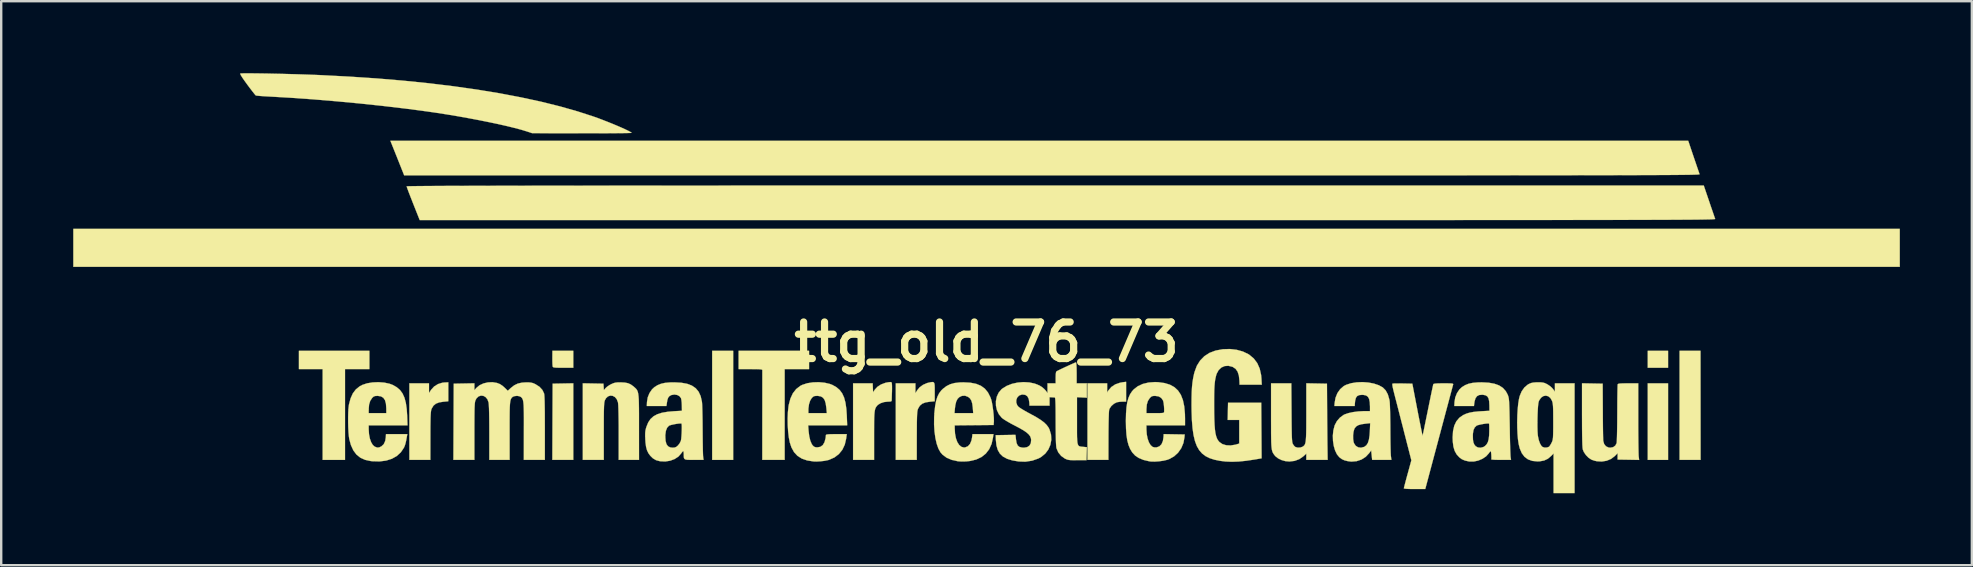
<source format=kicad_pcb>
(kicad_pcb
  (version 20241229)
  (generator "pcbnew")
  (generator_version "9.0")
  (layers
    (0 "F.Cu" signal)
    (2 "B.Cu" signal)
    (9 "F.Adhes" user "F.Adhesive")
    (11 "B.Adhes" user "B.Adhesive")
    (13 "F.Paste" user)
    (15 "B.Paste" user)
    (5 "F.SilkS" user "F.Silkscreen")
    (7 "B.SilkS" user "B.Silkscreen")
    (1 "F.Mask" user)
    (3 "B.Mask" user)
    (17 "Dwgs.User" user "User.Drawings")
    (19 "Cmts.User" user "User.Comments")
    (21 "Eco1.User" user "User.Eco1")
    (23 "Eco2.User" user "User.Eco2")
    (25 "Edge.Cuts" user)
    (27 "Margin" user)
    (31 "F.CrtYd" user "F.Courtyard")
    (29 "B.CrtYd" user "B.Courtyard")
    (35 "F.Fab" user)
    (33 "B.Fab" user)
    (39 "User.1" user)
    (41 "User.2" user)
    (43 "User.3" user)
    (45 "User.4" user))
  (footprint "ttg_old_76_73"
    (layer "F.Cu")
    (at 38.049 11.198)
    (property "Reference" "ttg_old_76_73" (at 0 0 0) (layer "F.SilkS") (effects (font (size 1.524 1.524) (thickness 0.3))))
    (attr through_hole)
    (fp_poly (pts (xy -10.555 4.911) (xy -11.43 4.911) (xy -11.43 0.367) (xy -10.555 0.367) (xy -10.555 4.911)) (stroke (width 0.01) (type solid)) (fill yes) (layer "F.SilkS"))
    (fp_poly (pts (xy 28.392 1.072) (xy 27.545 1.072) (xy 27.545 0.367) (xy 28.392 0.367) (xy 28.392 1.072)) (stroke (width 0.01) (type solid)) (fill yes) (layer "F.SilkS"))
    (fp_poly (pts (xy 28.392 4.911) (xy 27.545 4.911) (xy 27.545 1.722) (xy 28.392 1.722) (xy 28.392 4.911)) (stroke (width 0.01) (type solid)) (fill yes) (layer "F.SilkS"))
    (fp_poly (pts (xy 29.747 4.911) (xy 28.871 4.911) (xy 28.871 0.367) (xy 29.744 0.367) (xy 29.747 4.911)) (stroke (width 0.01) (type solid)) (fill yes) (layer "F.SilkS"))
    (fp_poly (pts (xy 38.044 -3.133) (xy -38.044 -3.133) (xy -38.044 -4.713) (xy 38.044 -4.713) (xy 38.044 -3.133)) (stroke (width 0.01) (type solid)) (fill yes) (layer "F.SilkS"))
    (fp_poly (pts (xy -17.216 4.911) (xy -18.089 4.911) (xy -18.083 3.323) (xy -18.076 1.736) (xy -17.646 1.728) (xy -17.216 1.72) (xy -17.216 4.911)) (stroke (width 0.01) (type solid)) (fill yes) (layer "F.SilkS"))
    (fp_poly (pts (xy -25.71 1.129) (xy -26.726 1.129) (xy -26.726 4.911) (xy -27.658 4.911) (xy -27.658 1.129) (xy -28.646 1.129) (xy -28.646 0.367) (xy -25.71 0.367) (xy -25.71 1.129)) (stroke (width 0.01) (type solid)) (fill yes) (layer "F.SilkS"))
    (fp_poly (pts (xy -17.216 1.072) (xy -17.636 1.072) (xy -17.801 1.072) (xy -17.919 1.069) (xy -17.997 1.063) (xy -18.043 1.053) (xy -18.067 1.039) (xy -18.073 1.027) (xy -18.08 0.982) (xy -18.085 0.894) (xy -18.088 0.777) (xy -18.088 0.675) (xy -18.086 0.367) (xy -17.216 0.367) (xy -17.216 1.072)) (stroke (width 0.01) (type solid)) (fill yes) (layer "F.SilkS"))
    (fp_poly (pts (xy -7.394 1.129) (xy -8.41 1.129) (xy -8.41 4.911) (xy -9.343 4.911) (xy -9.342 3.055) (xy -9.341 2.736) (xy -9.341 2.433) (xy -9.341 2.151) (xy -9.341 1.896) (xy -9.341 1.67) (xy -9.341 1.48) (xy -9.341 1.331) (xy -9.341 1.226) (xy -9.341 1.171) (xy -9.341 1.164) (xy -9.355 1.151) (xy -9.401 1.141) (xy -9.484 1.134) (xy -9.61 1.13) (xy -9.786 1.129) (xy -9.835 1.129) (xy -10.329 1.129) (xy -10.329 0.367) (xy -7.394 0.367) (xy -7.394 1.129)) (stroke (width 0.01) (type solid)) (fill yes) (layer "F.SilkS"))
    (fp_poly (pts (xy -22.423 2.469) (xy -22.622 2.487) (xy -22.804 2.516) (xy -22.941 2.569) (xy -23.041 2.652) (xy -23.112 2.769) (xy -23.13 2.813) (xy -23.14 2.857) (xy -23.149 2.926) (xy -23.156 3.023) (xy -23.162 3.155) (xy -23.165 3.325) (xy -23.168 3.541) (xy -23.169 3.806) (xy -23.169 3.916) (xy -23.17 4.911) (xy -24.045 4.911) (xy -24.045 1.722) (xy -23.227 1.722) (xy -23.227 2.123) (xy -23.135 1.986) (xy -23.012 1.852) (xy -22.853 1.753) (xy -22.672 1.696) (xy -22.578 1.686) (xy -22.423 1.679) (xy -22.423 2.469)) (stroke (width 0.01) (type solid)) (fill yes) (layer "F.SilkS"))
    (fp_poly (pts (xy 5.814 2.484) (xy 5.663 2.484) (xy 5.555 2.49) (xy 5.453 2.506) (xy 5.416 2.516) (xy 5.301 2.576) (xy 5.199 2.667) (xy 5.127 2.773) (xy 5.108 2.822) (xy 5.102 2.873) (xy 5.096 2.974) (xy 5.091 3.116) (xy 5.086 3.293) (xy 5.083 3.498) (xy 5.08 3.722) (xy 5.079 3.916) (xy 5.077 4.911) (xy 4.205 4.911) (xy 4.205 1.722) (xy 5.024 1.722) (xy 5.024 1.912) (xy 5.024 2.103) (xy 5.076 2.018) (xy 5.198 1.874) (xy 5.361 1.766) (xy 5.561 1.696) (xy 5.666 1.677) (xy 5.814 1.658) (xy 5.814 2.484)) (stroke (width 0.01) (type solid)) (fill yes) (layer "F.SilkS"))
    (fp_poly (pts (xy -2.202 1.678) (xy -2.176 1.717) (xy -2.163 1.79) (xy -2.159 1.904) (xy -2.159 2.068) (xy -2.159 2.075) (xy -2.159 2.469) (xy -2.359 2.487) (xy -2.541 2.516) (xy -2.678 2.569) (xy -2.777 2.652) (xy -2.848 2.769) (xy -2.866 2.813) (xy -2.877 2.857) (xy -2.886 2.926) (xy -2.893 3.023) (xy -2.898 3.155) (xy -2.902 3.325) (xy -2.904 3.541) (xy -2.905 3.806) (xy -2.906 3.916) (xy -2.907 4.911) (xy -3.782 4.911) (xy -3.782 1.722) (xy -2.963 1.722) (xy -2.963 2.131) (xy -2.892 2.013) (xy -2.789 1.889) (xy -2.646 1.784) (xy -2.48 1.711) (xy -2.41 1.693) (xy -2.315 1.673) (xy -2.247 1.666) (xy -2.202 1.678)) (stroke (width 0.01) (type solid)) (fill yes) (layer "F.SilkS"))
    (fp_poly (pts (xy -3.959 1.682) (xy -3.952 1.691) (xy -3.944 1.733) (xy -3.939 1.818) (xy -3.938 1.934) (xy -3.94 2.057) (xy -3.945 2.192) (xy -3.948 2.309) (xy -3.95 2.395) (xy -3.951 2.435) (xy -3.961 2.463) (xy -3.997 2.478) (xy -4.073 2.484) (xy -4.113 2.484) (xy -4.27 2.502) (xy -4.413 2.549) (xy -4.525 2.618) (xy -4.55 2.643) (xy -4.584 2.684) (xy -4.612 2.726) (xy -4.634 2.775) (xy -4.651 2.838) (xy -4.664 2.92) (xy -4.673 3.027) (xy -4.679 3.165) (xy -4.683 3.34) (xy -4.684 3.558) (xy -4.685 3.825) (xy -4.685 3.908) (xy -4.685 4.911) (xy -5.56 4.911) (xy -5.56 1.722) (xy -4.744 1.722) (xy -4.727 2.096) (xy -4.657 1.987) (xy -4.547 1.867) (xy -4.396 1.769) (xy -4.216 1.701) (xy -4.152 1.687) (xy -4.051 1.671) (xy -3.991 1.669) (xy -3.959 1.682)) (stroke (width 0.01) (type solid)) (fill yes) (layer "F.SilkS"))
    (fp_poly (pts (xy -15.24 1.681) (xy -15.068 1.69) (xy -14.934 1.717) (xy -14.82 1.769) (xy -14.707 1.851) (xy -14.69 1.866) (xy -14.644 1.907) (xy -14.605 1.944) (xy -14.573 1.984) (xy -14.547 2.03) (xy -14.526 2.088) (xy -14.51 2.164) (xy -14.498 2.261) (xy -14.489 2.385) (xy -14.484 2.54) (xy -14.481 2.733) (xy -14.479 2.968) (xy -14.479 3.249) (xy -14.479 3.549) (xy -14.478 4.911) (xy -15.325 4.911) (xy -15.325 3.783) (xy -15.325 3.475) (xy -15.328 3.202) (xy -15.332 2.968) (xy -15.337 2.777) (xy -15.343 2.633) (xy -15.351 2.539) (xy -15.355 2.514) (xy -15.404 2.385) (xy -15.48 2.294) (xy -15.573 2.243) (xy -15.673 2.233) (xy -15.77 2.265) (xy -15.853 2.342) (xy -15.9 2.427) (xy -15.911 2.461) (xy -15.921 2.506) (xy -15.928 2.566) (xy -15.934 2.648) (xy -15.938 2.756) (xy -15.942 2.896) (xy -15.944 3.073) (xy -15.945 3.293) (xy -15.945 3.561) (xy -15.946 3.726) (xy -15.946 4.911) (xy -16.82 4.911) (xy -16.82 1.72) (xy -16.39 1.728) (xy -15.96 1.736) (xy -15.942 2.004) (xy -15.872 1.921) (xy -15.808 1.863) (xy -15.715 1.799) (xy -15.641 1.758) (xy -15.55 1.718) (xy -15.468 1.694) (xy -15.375 1.683) (xy -15.248 1.681) (xy -15.24 1.681)) (stroke (width 0.01) (type solid)) (fill yes) (layer "F.SilkS"))
    (fp_poly (pts (xy 29.458 -7.712) (xy 29.522 -7.525) (xy 29.58 -7.355) (xy 29.63 -7.208) (xy 29.669 -7.094) (xy 29.695 -7.018) (xy 29.705 -6.992) (xy 29.704 -6.989) (xy 29.699 -6.987) (xy 29.69 -6.984) (xy 29.674 -6.982) (xy 29.65 -6.979) (xy 29.619 -6.977) (xy 29.578 -6.975) (xy 29.527 -6.973) (xy 29.464 -6.971) (xy 29.389 -6.969) (xy 29.3 -6.967) (xy 29.197 -6.966) (xy 29.078 -6.964) (xy 28.942 -6.963) (xy 28.789 -6.961) (xy 28.617 -6.96) (xy 28.425 -6.958) (xy 28.212 -6.957) (xy 27.978 -6.956) (xy 27.72 -6.955) (xy 27.439 -6.954) (xy 27.132 -6.953) (xy 26.799 -6.952) (xy 26.439 -6.951) (xy 26.051 -6.95) (xy 25.633 -6.949) (xy 25.186 -6.949) (xy 24.707 -6.948) (xy 24.195 -6.947) (xy 23.65 -6.947) (xy 23.071 -6.946) (xy 22.456 -6.946) (xy 21.804 -6.945) (xy 21.115 -6.945) (xy 20.387 -6.945) (xy 19.62 -6.944) (xy 18.811 -6.944) (xy 17.961 -6.944) (xy 17.068 -6.944) (xy 16.131 -6.943) (xy 15.148 -6.943) (xy 14.12 -6.943) (xy 13.045 -6.943) (xy 11.922 -6.943) (xy 10.749 -6.943) (xy 9.526 -6.943) (xy 8.252 -6.943) (xy 6.926 -6.943) (xy 5.546 -6.943) (xy 4.112 -6.943) (xy 2.732 -6.943) (xy -24.261 -6.943) (xy -24.511 -7.571) (xy -24.583 -7.752) (xy -24.651 -7.921) (xy -24.71 -8.069) (xy -24.757 -8.186) (xy -24.788 -8.265) (xy -24.799 -8.29) (xy -24.836 -8.382) (xy 29.232 -8.382) (xy 29.458 -7.712)) (stroke (width 0.01) (type solid)) (fill yes) (layer "F.SilkS"))
    (fp_poly (pts (xy 13.751 1.728) (xy 14.182 1.736) (xy 14.188 2.794) (xy 14.19 3.061) (xy 14.192 3.335) (xy 14.195 3.605) (xy 14.197 3.859) (xy 14.199 4.086) (xy 14.201 4.276) (xy 14.203 4.382) (xy 14.21 4.911) (xy 13.321 4.911) (xy 13.321 4.649) (xy 13.199 4.762) (xy 13.031 4.879) (xy 12.835 4.952) (xy 12.623 4.978) (xy 12.45 4.963) (xy 12.291 4.918) (xy 12.147 4.848) (xy 12.036 4.761) (xy 12.009 4.73) (xy 11.974 4.684) (xy 11.945 4.642) (xy 11.921 4.598) (xy 11.902 4.546) (xy 11.886 4.483) (xy 11.875 4.402) (xy 11.866 4.299) (xy 11.86 4.169) (xy 11.857 4.005) (xy 11.854 3.803) (xy 11.854 3.559) (xy 11.853 3.265) (xy 11.853 3.077) (xy 11.853 1.722) (xy 12.697 1.722) (xy 12.706 2.942) (xy 12.708 3.24) (xy 12.71 3.486) (xy 12.713 3.686) (xy 12.716 3.846) (xy 12.72 3.971) (xy 12.726 4.065) (xy 12.732 4.135) (xy 12.74 4.186) (xy 12.75 4.222) (xy 12.761 4.249) (xy 12.764 4.254) (xy 12.812 4.323) (xy 12.863 4.371) (xy 12.868 4.374) (xy 12.964 4.4) (xy 13.075 4.395) (xy 13.169 4.361) (xy 13.176 4.357) (xy 13.21 4.331) (xy 13.238 4.303) (xy 13.261 4.267) (xy 13.279 4.218) (xy 13.293 4.15) (xy 13.303 4.06) (xy 13.311 3.94) (xy 13.316 3.788) (xy 13.319 3.596) (xy 13.32 3.361) (xy 13.321 3.077) (xy 13.321 2.921) (xy 13.321 1.72) (xy 13.751 1.728)) (stroke (width 0.01) (type solid)) (fill yes) (layer "F.SilkS"))
    (fp_poly (pts (xy 25.238 1.728) (xy 25.668 1.736) (xy 25.674 2.865) (xy 25.675 3.117) (xy 25.677 3.355) (xy 25.679 3.574) (xy 25.682 3.765) (xy 25.685 3.922) (xy 25.688 4.038) (xy 25.691 4.106) (xy 25.691 4.116) (xy 25.728 4.247) (xy 25.802 4.342) (xy 25.909 4.394) (xy 25.984 4.403) (xy 26.106 4.38) (xy 26.195 4.313) (xy 26.247 4.218) (xy 26.253 4.176) (xy 26.258 4.083) (xy 26.263 3.946) (xy 26.267 3.772) (xy 26.271 3.566) (xy 26.274 3.335) (xy 26.275 3.084) (xy 26.276 2.976) (xy 26.277 2.722) (xy 26.278 2.486) (xy 26.28 2.273) (xy 26.283 2.089) (xy 26.286 1.94) (xy 26.289 1.832) (xy 26.292 1.772) (xy 26.294 1.762) (xy 26.311 1.746) (xy 26.352 1.734) (xy 26.425 1.727) (xy 26.538 1.723) (xy 26.699 1.722) (xy 26.729 1.722) (xy 27.15 1.722) (xy 27.15 3.168) (xy 27.15 3.454) (xy 27.151 3.727) (xy 27.153 3.981) (xy 27.155 4.21) (xy 27.158 4.408) (xy 27.161 4.568) (xy 27.164 4.686) (xy 27.167 4.755) (xy 27.168 4.763) (xy 27.186 4.912) (xy 26.738 4.904) (xy 26.289 4.897) (xy 26.29 4.764) (xy 26.29 4.632) (xy 26.169 4.755) (xy 26.018 4.87) (xy 25.835 4.946) (xy 25.633 4.979) (xy 25.424 4.967) (xy 25.317 4.942) (xy 25.214 4.906) (xy 25.191 4.896) (xy 25.077 4.819) (xy 24.969 4.709) (xy 24.883 4.583) (xy 24.839 4.475) (xy 24.83 4.408) (xy 24.822 4.285) (xy 24.817 4.106) (xy 24.812 3.871) (xy 24.809 3.581) (xy 24.808 3.234) (xy 24.807 3.035) (xy 24.807 1.72) (xy 25.238 1.728)) (stroke (width 0.01) (type solid)) (fill yes) (layer "F.SilkS"))
    (fp_poly (pts (xy -0.675 1.695) (xy -0.434 1.742) (xy -0.234 1.824) (xy -0.071 1.943) (xy 0.059 2.101) (xy 0.16 2.3) (xy 0.193 2.391) (xy 0.221 2.502) (xy 0.248 2.652) (xy 0.272 2.824) (xy 0.292 3.001) (xy 0.304 3.165) (xy 0.307 3.299) (xy 0.304 3.344) (xy 0.295 3.457) (xy -1.326 3.472) (xy -1.326 3.592) (xy -1.313 3.815) (xy -1.276 4.008) (xy -1.218 4.168) (xy -1.141 4.289) (xy -1.048 4.366) (xy -0.943 4.395) (xy -0.892 4.391) (xy -0.776 4.342) (xy -0.688 4.245) (xy -0.628 4.101) (xy -0.605 3.984) (xy -0.585 3.838) (xy 0.288 3.838) (xy 0.268 3.986) (xy 0.21 4.245) (xy 0.11 4.466) (xy -0.031 4.649) (xy -0.211 4.792) (xy -0.431 4.895) (xy -0.69 4.957) (xy -0.847 4.974) (xy -0.975 4.978) (xy -1.104 4.975) (xy -1.199 4.967) (xy -1.453 4.91) (xy -1.662 4.821) (xy -1.828 4.699) (xy -1.921 4.593) (xy -2.006 4.439) (xy -2.077 4.238) (xy -2.131 3.999) (xy -2.168 3.729) (xy -2.186 3.437) (xy -2.183 3.13) (xy -2.173 2.963) (xy -1.335 2.963) (xy -0.556 2.963) (xy -0.573 2.738) (xy -0.595 2.567) (xy -0.633 2.441) (xy -0.69 2.35) (xy -0.77 2.285) (xy -0.898 2.236) (xy -1.025 2.244) (xy -1.129 2.293) (xy -1.207 2.368) (xy -1.263 2.478) (xy -1.3 2.629) (xy -1.318 2.773) (xy -1.335 2.963) (xy -2.173 2.963) (xy -2.17 2.921) (xy -2.141 2.663) (xy -2.101 2.451) (xy -2.047 2.279) (xy -1.976 2.137) (xy -1.885 2.016) (xy -1.822 1.954) (xy -1.676 1.841) (xy -1.517 1.76) (xy -1.334 1.709) (xy -1.116 1.684) (xy -0.96 1.68) (xy -0.675 1.695)) (stroke (width 0.01) (type solid)) (fill yes) (layer "F.SilkS"))
    (fp_poly (pts (xy -6.75 1.695) (xy -6.53 1.746) (xy -6.423 1.787) (xy -6.257 1.88) (xy -6.122 1.995) (xy -6.015 2.138) (xy -5.934 2.314) (xy -5.877 2.528) (xy -5.84 2.787) (xy -5.822 3.055) (xy -5.806 3.471) (xy -7.431 3.471) (xy -7.414 3.704) (xy -7.386 3.928) (xy -7.341 4.113) (xy -7.28 4.255) (xy -7.24 4.31) (xy -7.184 4.362) (xy -7.116 4.385) (xy -7.046 4.389) (xy -6.92 4.365) (xy -6.821 4.293) (xy -6.75 4.172) (xy -6.705 4.003) (xy -6.691 3.873) (xy -6.675 3.859) (xy -6.626 3.849) (xy -6.538 3.842) (xy -6.405 3.839) (xy -6.256 3.838) (xy -5.823 3.838) (xy -5.849 4.029) (xy -5.906 4.276) (xy -6.008 4.49) (xy -6.152 4.668) (xy -6.335 4.808) (xy -6.555 4.906) (xy -6.604 4.921) (xy -6.748 4.95) (xy -6.92 4.97) (xy -7.091 4.979) (xy -7.211 4.975) (xy -7.475 4.933) (xy -7.695 4.857) (xy -7.876 4.743) (xy -8.019 4.589) (xy -8.127 4.394) (xy -8.195 4.189) (xy -8.237 3.977) (xy -8.266 3.727) (xy -8.283 3.455) (xy -8.286 3.179) (xy -8.275 2.915) (xy -8.267 2.838) (xy -7.422 2.838) (xy -7.422 2.963) (xy -6.654 2.963) (xy -6.674 2.745) (xy -6.701 2.557) (xy -6.744 2.418) (xy -6.809 2.324) (xy -6.899 2.268) (xy -7.019 2.245) (xy -7.064 2.244) (xy -7.155 2.249) (xy -7.217 2.273) (xy -7.275 2.326) (xy -7.281 2.333) (xy -7.348 2.442) (xy -7.396 2.591) (xy -7.42 2.765) (xy -7.422 2.838) (xy -8.267 2.838) (xy -8.25 2.68) (xy -8.241 2.623) (xy -8.171 2.357) (xy -8.068 2.135) (xy -7.93 1.959) (xy -7.759 1.827) (xy -7.676 1.785) (xy -7.472 1.718) (xy -7.239 1.681) (xy -6.992 1.673) (xy -6.75 1.695)) (stroke (width 0.01) (type solid)) (fill yes) (layer "F.SilkS"))
    (fp_poly (pts (xy -25.092 1.691) (xy -24.871 1.738) (xy -24.741 1.787) (xy -24.574 1.881) (xy -24.438 1.997) (xy -24.331 2.141) (xy -24.25 2.318) (xy -24.192 2.534) (xy -24.155 2.794) (xy -24.138 3.055) (xy -24.122 3.471) (xy -25.739 3.471) (xy -25.739 3.639) (xy -25.726 3.841) (xy -25.691 4.023) (xy -25.636 4.177) (xy -25.565 4.293) (xy -25.486 4.36) (xy -25.39 4.396) (xy -25.307 4.393) (xy -25.211 4.347) (xy -25.208 4.345) (xy -25.112 4.255) (xy -25.051 4.12) (xy -25.027 3.97) (xy -25.019 3.838) (xy -24.575 3.838) (xy -24.131 3.838) (xy -24.147 3.93) (xy -24.177 4.098) (xy -24.205 4.222) (xy -24.234 4.317) (xy -24.267 4.394) (xy -24.27 4.4) (xy -24.399 4.593) (xy -24.568 4.748) (xy -24.773 4.864) (xy -25.013 4.94) (xy -25.285 4.975) (xy -25.584 4.967) (xy -25.654 4.959) (xy -25.889 4.909) (xy -26.087 4.819) (xy -26.25 4.688) (xy -26.38 4.514) (xy -26.48 4.294) (xy -26.549 4.044) (xy -26.567 3.917) (xy -26.581 3.749) (xy -26.591 3.553) (xy -26.596 3.343) (xy -26.596 3.131) (xy -26.592 2.963) (xy -25.739 2.963) (xy -25.005 2.963) (xy -25.007 2.759) (xy -25.021 2.567) (xy -25.061 2.423) (xy -25.129 2.324) (xy -25.227 2.265) (xy -25.359 2.244) (xy -25.376 2.244) (xy -25.468 2.249) (xy -25.53 2.271) (xy -25.586 2.32) (xy -25.598 2.334) (xy -25.677 2.455) (xy -25.723 2.606) (xy -25.738 2.797) (xy -25.739 2.801) (xy -25.739 2.963) (xy -26.592 2.963) (xy -26.591 2.931) (xy -26.581 2.758) (xy -26.565 2.624) (xy -26.561 2.599) (xy -26.493 2.346) (xy -26.4 2.14) (xy -26.276 1.976) (xy -26.121 1.85) (xy -26.007 1.788) (xy -25.808 1.721) (xy -25.578 1.683) (xy -25.334 1.673) (xy -25.092 1.691)) (stroke (width 0.01) (type solid)) (fill yes) (layer "F.SilkS"))
    (fp_poly (pts (xy -30.664 -11.193) (xy -30.458 -11.191) (xy -30.222 -11.188) (xy -29.963 -11.184) (xy -29.685 -11.178) (xy -29.395 -11.172) (xy -29.097 -11.164) (xy -28.797 -11.156) (xy -28.5 -11.147) (xy -28.213 -11.137) (xy -27.939 -11.127) (xy -27.728 -11.118) (xy -26.55 -11.057) (xy -25.408 -10.981) (xy -24.304 -10.888) (xy -23.238 -10.78) (xy -22.214 -10.656) (xy -21.232 -10.517) (xy -20.294 -10.363) (xy -19.403 -10.194) (xy -18.56 -10.012) (xy -17.767 -9.815) (xy -17.025 -9.604) (xy -16.386 -9.397) (xy -16.199 -9.331) (xy -16.001 -9.256) (xy -15.796 -9.176) (xy -15.594 -9.095) (xy -15.4 -9.014) (xy -15.221 -8.937) (xy -15.064 -8.866) (xy -14.937 -8.805) (xy -14.845 -8.757) (xy -14.795 -8.724) (xy -14.788 -8.714) (xy -14.816 -8.711) (xy -14.895 -8.707) (xy -15.023 -8.704) (xy -15.193 -8.702) (xy -15.402 -8.7) (xy -15.646 -8.698) (xy -15.919 -8.696) (xy -16.218 -8.695) (xy -16.538 -8.695) (xy -16.856 -8.695) (xy -18.923 -8.698) (xy -19.135 -8.768) (xy -19.37 -8.84) (xy -19.655 -8.916) (xy -19.984 -8.997) (xy -20.349 -9.08) (xy -20.745 -9.163) (xy -21.164 -9.247) (xy -21.601 -9.329) (xy -22.048 -9.409) (xy -22.5 -9.484) (xy -22.951 -9.554) (xy -23.326 -9.608) (xy -24.229 -9.727) (xy -25.171 -9.838) (xy -26.138 -9.94) (xy -27.111 -10.031) (xy -28.077 -10.111) (xy -29.017 -10.177) (xy -29.76 -10.22) (xy -29.947 -10.23) (xy -30.116 -10.24) (xy -30.258 -10.25) (xy -30.365 -10.26) (xy -30.429 -10.267) (xy -30.442 -10.27) (xy -30.468 -10.297) (xy -30.522 -10.363) (xy -30.597 -10.459) (xy -30.689 -10.579) (xy -30.791 -10.715) (xy -30.797 -10.724) (xy -30.922 -10.896) (xy -31.013 -11.029) (xy -31.07 -11.122) (xy -31.092 -11.174) (xy -31.089 -11.184) (xy -31.054 -11.189) (xy -30.968 -11.192) (xy -30.836 -11.193) (xy -30.664 -11.193)) (stroke (width 0.01) (type solid)) (fill yes) (layer "F.SilkS"))
    (fp_poly (pts (xy 10.418 0.324) (xy 10.681 0.397) (xy 10.913 0.509) (xy 10.945 0.53) (xy 11.133 0.687) (xy 11.278 0.88) (xy 11.38 1.11) (xy 11.439 1.376) (xy 11.452 1.517) (xy 11.466 1.778) (xy 11.003 1.778) (xy 10.541 1.778) (xy 10.534 1.604) (xy 10.511 1.396) (xy 10.458 1.234) (xy 10.373 1.116) (xy 10.256 1.038) (xy 10.244 1.033) (xy 10.075 0.991) (xy 9.919 1.002) (xy 9.782 1.063) (xy 9.669 1.171) (xy 9.587 1.322) (xy 9.565 1.391) (xy 9.541 1.49) (xy 9.521 1.593) (xy 9.507 1.707) (xy 9.496 1.839) (xy 9.488 1.999) (xy 9.484 2.193) (xy 9.482 2.429) (xy 9.482 2.639) (xy 9.484 2.962) (xy 9.49 3.234) (xy 9.5 3.461) (xy 9.515 3.647) (xy 9.536 3.799) (xy 9.565 3.92) (xy 9.6 4.018) (xy 9.644 4.096) (xy 9.697 4.161) (xy 9.704 4.168) (xy 9.827 4.253) (xy 9.985 4.301) (xy 10.167 4.309) (xy 10.365 4.278) (xy 10.435 4.258) (xy 10.527 4.229) (xy 10.527 3.246) (xy 10.045 3.246) (xy 10.053 2.886) (xy 10.061 2.526) (xy 11.444 2.526) (xy 11.459 4.845) (xy 11.183 4.893) (xy 10.824 4.947) (xy 10.506 4.979) (xy 10.219 4.989) (xy 9.951 4.978) (xy 9.723 4.95) (xy 9.494 4.903) (xy 9.295 4.839) (xy 9.124 4.754) (xy 8.979 4.643) (xy 8.859 4.505) (xy 8.76 4.334) (xy 8.683 4.127) (xy 8.624 3.882) (xy 8.582 3.593) (xy 8.555 3.259) (xy 8.542 2.874) (xy 8.539 2.639) (xy 8.541 2.338) (xy 8.547 2.084) (xy 8.56 1.866) (xy 8.58 1.675) (xy 8.608 1.499) (xy 8.644 1.33) (xy 8.667 1.244) (xy 8.762 0.988) (xy 8.899 0.77) (xy 9.075 0.59) (xy 9.289 0.452) (xy 9.538 0.358) (xy 9.55 0.355) (xy 9.843 0.301) (xy 10.136 0.292) (xy 10.418 0.324)) (stroke (width 0.01) (type solid)) (fill yes) (layer "F.SilkS"))
    (fp_poly (pts (xy 19.199 1.722) (xy 19.311 1.724) (xy 19.383 1.729) (xy 19.423 1.737) (xy 19.439 1.75) (xy 19.439 1.769) (xy 19.438 1.771) (xy 19.429 1.805) (xy 19.406 1.89) (xy 19.371 2.021) (xy 19.325 2.194) (xy 19.269 2.404) (xy 19.204 2.648) (xy 19.131 2.92) (xy 19.052 3.218) (xy 18.967 3.536) (xy 18.878 3.871) (xy 18.851 3.972) (xy 18.277 6.124) (xy 17.831 6.124) (xy 17.658 6.123) (xy 17.522 6.118) (xy 17.43 6.11) (xy 17.387 6.1) (xy 17.385 6.097) (xy 17.392 6.062) (xy 17.412 5.982) (xy 17.443 5.864) (xy 17.482 5.717) (xy 17.527 5.55) (xy 17.542 5.498) (xy 17.698 4.927) (xy 17.625 4.644) (xy 17.6 4.545) (xy 17.563 4.4) (xy 17.516 4.22) (xy 17.464 4.014) (xy 17.406 3.791) (xy 17.348 3.56) (xy 17.325 3.471) (xy 17.263 3.232) (xy 17.201 2.988) (xy 17.14 2.751) (xy 17.084 2.533) (xy 17.035 2.344) (xy 16.997 2.196) (xy 16.989 2.165) (xy 16.946 1.993) (xy 16.918 1.869) (xy 16.906 1.788) (xy 16.907 1.745) (xy 16.915 1.733) (xy 16.955 1.729) (xy 17.04 1.726) (xy 17.158 1.726) (xy 17.299 1.727) (xy 17.344 1.728) (xy 17.738 1.736) (xy 17.949 2.831) (xy 17.995 3.07) (xy 18.039 3.29) (xy 18.078 3.485) (xy 18.111 3.649) (xy 18.138 3.778) (xy 18.156 3.864) (xy 18.166 3.902) (xy 18.167 3.903) (xy 18.174 3.871) (xy 18.191 3.79) (xy 18.217 3.666) (xy 18.25 3.506) (xy 18.289 3.315) (xy 18.333 3.099) (xy 18.381 2.866) (xy 18.387 2.836) (xy 18.435 2.6) (xy 18.48 2.381) (xy 18.52 2.185) (xy 18.555 2.019) (xy 18.583 1.888) (xy 18.602 1.799) (xy 18.612 1.758) (xy 18.612 1.757) (xy 18.634 1.742) (xy 18.692 1.732) (xy 18.792 1.725) (xy 18.938 1.722) (xy 19.038 1.722) (xy 19.199 1.722)) (stroke (width 0.01) (type solid)) (fill yes) (layer "F.SilkS"))
    (fp_poly (pts (xy 7.153 1.674) (xy 7.415 1.71) (xy 7.639 1.778) (xy 7.826 1.881) (xy 7.977 2.021) (xy 8.095 2.2) (xy 8.181 2.421) (xy 8.237 2.687) (xy 8.265 2.999) (xy 8.269 3.182) (xy 8.269 3.471) (xy 6.66 3.471) (xy 6.661 3.648) (xy 6.674 3.842) (xy 6.709 4.022) (xy 6.763 4.176) (xy 6.833 4.294) (xy 6.914 4.367) (xy 6.916 4.368) (xy 6.993 4.39) (xy 7.081 4.391) (xy 7.2 4.347) (xy 7.29 4.257) (xy 7.347 4.121) (xy 7.372 3.958) (xy 7.38 3.837) (xy 7.817 3.845) (xy 8.255 3.852) (xy 8.246 3.965) (xy 8.203 4.204) (xy 8.112 4.422) (xy 7.98 4.61) (xy 7.812 4.764) (xy 7.611 4.876) (xy 7.524 4.908) (xy 7.367 4.945) (xy 7.187 4.97) (xy 7.005 4.982) (xy 6.844 4.978) (xy 6.773 4.968) (xy 6.534 4.911) (xy 6.342 4.832) (xy 6.189 4.729) (xy 6.07 4.599) (xy 5.982 4.455) (xy 5.914 4.29) (xy 5.863 4.097) (xy 5.829 3.869) (xy 5.81 3.599) (xy 5.804 3.281) (xy 5.804 3.274) (xy 5.811 2.971) (xy 5.812 2.963) (xy 6.66 2.963) (xy 7.027 2.963) (xy 7.178 2.963) (xy 7.281 2.96) (xy 7.346 2.954) (xy 7.381 2.943) (xy 7.395 2.926) (xy 7.398 2.914) (xy 7.4 2.795) (xy 7.392 2.664) (xy 7.378 2.543) (xy 7.358 2.453) (xy 7.352 2.436) (xy 7.279 2.331) (xy 7.169 2.266) (xy 7.023 2.244) (xy 7.019 2.244) (xy 6.928 2.249) (xy 6.866 2.273) (xy 6.808 2.326) (xy 6.801 2.334) (xy 6.722 2.455) (xy 6.676 2.606) (xy 6.661 2.797) (xy 6.661 2.801) (xy 6.66 2.963) (xy 5.812 2.963) (xy 5.83 2.717) (xy 5.863 2.505) (xy 5.912 2.328) (xy 5.978 2.179) (xy 6.063 2.051) (xy 6.134 1.972) (xy 6.303 1.841) (xy 6.51 1.746) (xy 6.75 1.688) (xy 7.017 1.669) (xy 7.153 1.674)) (stroke (width 0.01) (type solid)) (fill yes) (layer "F.SilkS"))
    (fp_poly (pts (xy 23.098 1.681) (xy 23.188 1.691) (xy 23.262 1.713) (xy 23.341 1.751) (xy 23.366 1.764) (xy 23.465 1.83) (xy 23.556 1.909) (xy 23.599 1.959) (xy 23.678 2.069) (xy 23.678 1.722) (xy 24.497 1.722) (xy 24.497 6.294) (xy 23.622 6.294) (xy 23.622 4.643) (xy 23.524 4.745) (xy 23.385 4.863) (xy 23.229 4.937) (xy 23.044 4.971) (xy 22.95 4.974) (xy 22.736 4.953) (xy 22.558 4.89) (xy 22.412 4.783) (xy 22.298 4.631) (xy 22.213 4.432) (xy 22.168 4.25) (xy 22.139 4.054) (xy 22.12 3.824) (xy 22.109 3.571) (xy 22.107 3.372) (xy 22.949 3.372) (xy 22.95 3.553) (xy 22.954 3.715) (xy 22.962 3.847) (xy 22.97 3.918) (xy 23.005 4.083) (xy 23.054 4.221) (xy 23.112 4.323) (xy 23.163 4.372) (xy 23.248 4.398) (xy 23.344 4.396) (xy 23.424 4.368) (xy 23.441 4.354) (xy 23.482 4.299) (xy 23.529 4.217) (xy 23.549 4.177) (xy 23.567 4.135) (xy 23.581 4.091) (xy 23.591 4.037) (xy 23.599 3.966) (xy 23.603 3.87) (xy 23.606 3.742) (xy 23.608 3.574) (xy 23.608 3.358) (xy 23.608 3.316) (xy 23.607 3.088) (xy 23.606 2.908) (xy 23.603 2.77) (xy 23.598 2.665) (xy 23.59 2.586) (xy 23.58 2.525) (xy 23.566 2.475) (xy 23.556 2.448) (xy 23.488 2.33) (xy 23.398 2.259) (xy 23.298 2.234) (xy 23.195 2.254) (xy 23.102 2.319) (xy 23.025 2.428) (xy 23.002 2.484) (xy 22.988 2.554) (xy 22.975 2.669) (xy 22.965 2.82) (xy 22.957 2.994) (xy 22.952 3.182) (xy 22.949 3.372) (xy 22.107 3.372) (xy 22.107 3.307) (xy 22.113 3.044) (xy 22.128 2.792) (xy 22.15 2.565) (xy 22.181 2.373) (xy 22.211 2.251) (xy 22.293 2.055) (xy 22.407 1.893) (xy 22.546 1.775) (xy 22.598 1.746) (xy 22.683 1.71) (xy 22.77 1.69) (xy 22.88 1.681) (xy 22.973 1.679) (xy 23.098 1.681)) (stroke (width 0.01) (type solid)) (fill yes) (layer "F.SilkS"))
    (fp_poly (pts (xy -20.394 1.705) (xy -20.27 1.754) (xy -20.158 1.829) (xy -20.088 1.891) (xy -19.944 2.031) (xy -19.821 1.917) (xy -19.677 1.804) (xy -19.529 1.732) (xy -19.358 1.693) (xy -19.191 1.682) (xy -19.063 1.683) (xy -18.97 1.693) (xy -18.889 1.714) (xy -18.801 1.753) (xy -18.79 1.759) (xy -18.624 1.865) (xy -18.503 1.997) (xy -18.433 2.143) (xy -18.424 2.197) (xy -18.417 2.298) (xy -18.411 2.448) (xy -18.407 2.648) (xy -18.403 2.9) (xy -18.402 3.205) (xy -18.401 3.564) (xy -18.401 3.58) (xy -18.401 4.911) (xy -19.277 4.911) (xy -19.275 3.715) (xy -19.274 3.407) (xy -19.274 3.15) (xy -19.276 2.94) (xy -19.28 2.77) (xy -19.285 2.636) (xy -19.294 2.533) (xy -19.305 2.455) (xy -19.321 2.397) (xy -19.34 2.355) (xy -19.364 2.322) (xy -19.393 2.294) (xy -19.403 2.286) (xy -19.463 2.259) (xy -19.549 2.244) (xy -19.572 2.244) (xy -19.66 2.254) (xy -19.73 2.278) (xy -19.741 2.286) (xy -19.772 2.313) (xy -19.797 2.344) (xy -19.817 2.383) (xy -19.833 2.435) (xy -19.846 2.507) (xy -19.855 2.603) (xy -19.862 2.727) (xy -19.866 2.886) (xy -19.868 3.085) (xy -19.869 3.328) (xy -19.869 3.621) (xy -19.869 3.713) (xy -19.868 4.911) (xy -20.715 4.911) (xy -20.715 3.783) (xy -20.716 3.475) (xy -20.718 3.202) (xy -20.722 2.968) (xy -20.727 2.777) (xy -20.734 2.633) (xy -20.742 2.539) (xy -20.746 2.514) (xy -20.794 2.385) (xy -20.87 2.294) (xy -20.963 2.243) (xy -21.063 2.233) (xy -21.16 2.265) (xy -21.244 2.342) (xy -21.29 2.427) (xy -21.302 2.461) (xy -21.311 2.506) (xy -21.319 2.566) (xy -21.324 2.648) (xy -21.329 2.756) (xy -21.332 2.896) (xy -21.334 3.073) (xy -21.335 3.293) (xy -21.336 3.561) (xy -21.336 3.726) (xy -21.336 4.911) (xy -22.211 4.911) (xy -22.204 3.323) (xy -22.197 1.736) (xy -21.766 1.728) (xy -21.336 1.72) (xy -21.336 2.006) (xy -21.252 1.91) (xy -21.123 1.803) (xy -20.959 1.726) (xy -20.773 1.682) (xy -20.58 1.674) (xy -20.394 1.705)) (stroke (width 0.01) (type solid)) (fill yes) (layer "F.SilkS"))
    (fp_poly (pts (xy 15.907 1.688) (xy 16.138 1.732) (xy 16.344 1.802) (xy 16.508 1.893) (xy 16.626 2.013) (xy 16.717 2.18) (xy 16.779 2.393) (xy 16.791 2.455) (xy 16.798 2.528) (xy 16.804 2.648) (xy 16.81 2.809) (xy 16.815 3.001) (xy 16.819 3.218) (xy 16.822 3.45) (xy 16.823 3.612) (xy 16.824 3.849) (xy 16.826 4.075) (xy 16.829 4.282) (xy 16.833 4.461) (xy 16.837 4.606) (xy 16.842 4.707) (xy 16.845 4.748) (xy 16.866 4.911) (xy 16.064 4.911) (xy 16.044 4.713) (xy 16.024 4.515) (xy 15.945 4.625) (xy 15.797 4.783) (xy 15.619 4.897) (xy 15.417 4.964) (xy 15.2 4.982) (xy 15.057 4.965) (xy 14.914 4.93) (xy 14.804 4.88) (xy 14.703 4.805) (xy 14.696 4.8) (xy 14.598 4.68) (xy 14.52 4.518) (xy 14.464 4.326) (xy 14.433 4.116) (xy 14.427 3.898) (xy 14.428 3.884) (xy 15.271 3.884) (xy 15.272 4.034) (xy 15.291 4.165) (xy 15.308 4.216) (xy 15.379 4.323) (xy 15.48 4.386) (xy 15.6 4.403) (xy 15.729 4.37) (xy 15.747 4.361) (xy 15.827 4.298) (xy 15.888 4.201) (xy 15.93 4.063) (xy 15.957 3.879) (xy 15.968 3.719) (xy 15.982 3.381) (xy 15.787 3.402) (xy 15.614 3.427) (xy 15.488 3.464) (xy 15.4 3.517) (xy 15.339 3.59) (xy 15.322 3.624) (xy 15.288 3.74) (xy 15.271 3.884) (xy 14.428 3.884) (xy 14.448 3.684) (xy 14.499 3.485) (xy 14.506 3.464) (xy 14.594 3.298) (xy 14.72 3.151) (xy 14.87 3.04) (xy 14.922 3.014) (xy 15.075 2.962) (xy 15.267 2.92) (xy 15.482 2.892) (xy 15.702 2.88) (xy 15.727 2.88) (xy 15.974 2.879) (xy 15.974 2.688) (xy 15.965 2.506) (xy 15.938 2.373) (xy 15.888 2.282) (xy 15.811 2.227) (xy 15.702 2.204) (xy 15.643 2.201) (xy 15.525 2.212) (xy 15.442 2.251) (xy 15.388 2.324) (xy 15.357 2.44) (xy 15.345 2.554) (xy 15.338 2.667) (xy 14.492 2.667) (xy 14.501 2.54) (xy 14.538 2.323) (xy 14.617 2.128) (xy 14.733 1.964) (xy 14.879 1.837) (xy 14.979 1.784) (xy 15.185 1.717) (xy 15.417 1.68) (xy 15.662 1.67) (xy 15.907 1.688)) (stroke (width 0.01) (type solid)) (fill yes) (layer "F.SilkS"))
    (fp_poly (pts (xy 30.107 -5.849) (xy 30.17 -5.663) (xy 30.229 -5.492) (xy 30.279 -5.346) (xy 30.318 -5.231) (xy 30.345 -5.156) (xy 30.354 -5.129) (xy 30.353 -5.127) (xy 30.349 -5.124) (xy 30.339 -5.122) (xy 30.323 -5.119) (xy 30.3 -5.117) (xy 30.268 -5.115) (xy 30.227 -5.112) (xy 30.176 -5.11) (xy 30.113 -5.108) (xy 30.038 -5.107) (xy 29.949 -5.105) (xy 29.846 -5.103) (xy 29.727 -5.101) (xy 29.592 -5.1) (xy 29.438 -5.098) (xy 29.266 -5.097) (xy 29.074 -5.096) (xy 28.862 -5.094) (xy 28.627 -5.093) (xy 28.369 -5.092) (xy 28.088 -5.091) (xy 27.781 -5.09) (xy 27.448 -5.089) (xy 27.088 -5.088) (xy 26.7 -5.087) (xy 26.283 -5.087) (xy 25.835 -5.086) (xy 25.356 -5.085) (xy 24.844 -5.085) (xy 24.299 -5.084) (xy 23.72 -5.084) (xy 23.105 -5.083) (xy 22.453 -5.083) (xy 21.764 -5.082) (xy 21.036 -5.082) (xy 20.269 -5.082) (xy 19.46 -5.081) (xy 18.61 -5.081) (xy 17.717 -5.081) (xy 16.78 -5.081) (xy 15.798 -5.081) (xy 14.769 -5.08) (xy 13.694 -5.08) (xy 12.571 -5.08) (xy 11.398 -5.08) (xy 10.176 -5.08) (xy 8.902 -5.08) (xy 7.575 -5.08) (xy 6.196 -5.08) (xy 4.761 -5.08) (xy 3.38 -5.08) (xy -23.614 -5.08) (xy -23.886 -5.764) (xy -23.959 -5.95) (xy -24.025 -6.119) (xy -24.081 -6.264) (xy -24.123 -6.379) (xy -24.15 -6.455) (xy -24.158 -6.484) (xy -24.149 -6.486) (xy -24.119 -6.488) (xy -24.068 -6.49) (xy -23.996 -6.492) (xy -23.9 -6.493) (xy -23.781 -6.495) (xy -23.638 -6.497) (xy -23.469 -6.498) (xy -23.274 -6.5) (xy -23.052 -6.501) (xy -22.801 -6.502) (xy -22.521 -6.504) (xy -22.212 -6.505) (xy -21.871 -6.506) (xy -21.499 -6.507) (xy -21.094 -6.508) (xy -20.656 -6.509) (xy -20.183 -6.51) (xy -19.675 -6.511) (xy -19.13 -6.512) (xy -18.549 -6.513) (xy -17.929 -6.513) (xy -17.27 -6.514) (xy -16.572 -6.515) (xy -15.832 -6.515) (xy -15.051 -6.516) (xy -14.228 -6.516) (xy -13.361 -6.517) (xy -12.449 -6.517) (xy -11.492 -6.517) (xy -10.49 -6.518) (xy -9.44 -6.518) (xy -8.342 -6.518) (xy -7.195 -6.519) (xy -5.998 -6.519) (xy -4.751 -6.519) (xy -3.452 -6.519) (xy -2.1 -6.519) (xy -0.695 -6.519) (xy 0.764 -6.519) (xy 2.278 -6.519) (xy 2.86 -6.519) (xy 29.879 -6.519) (xy 30.107 -5.849)) (stroke (width 0.01) (type solid)) (fill yes) (layer "F.SilkS"))
    (fp_poly (pts (xy 20.917 1.695) (xy 21.158 1.738) (xy 21.355 1.81) (xy 21.512 1.913) (xy 21.633 2.049) (xy 21.704 2.179) (xy 21.72 2.217) (xy 21.734 2.255) (xy 21.745 2.296) (xy 21.755 2.346) (xy 21.763 2.411) (xy 21.77 2.494) (xy 21.775 2.602) (xy 21.78 2.738) (xy 21.785 2.909) (xy 21.789 3.119) (xy 21.794 3.373) (xy 21.799 3.677) (xy 21.801 3.824) (xy 21.805 4.046) (xy 21.81 4.254) (xy 21.815 4.441) (xy 21.821 4.597) (xy 21.826 4.717) (xy 21.831 4.79) (xy 21.833 4.805) (xy 21.85 4.911) (xy 21.438 4.911) (xy 21.293 4.909) (xy 21.171 4.906) (xy 21.081 4.9) (xy 21.034 4.893) (xy 21.029 4.889) (xy 21.033 4.83) (xy 21.031 4.748) (xy 21.026 4.661) (xy 21.017 4.588) (xy 21.008 4.548) (xy 21.004 4.544) (xy 20.977 4.566) (xy 20.935 4.62) (xy 20.921 4.641) (xy 20.811 4.763) (xy 20.661 4.864) (xy 20.487 4.938) (xy 20.302 4.978) (xy 20.12 4.978) (xy 20.094 4.975) (xy 19.929 4.938) (xy 19.801 4.883) (xy 19.696 4.805) (xy 19.583 4.681) (xy 19.502 4.536) (xy 19.45 4.361) (xy 19.423 4.149) (xy 19.417 3.975) (xy 19.421 3.919) (xy 20.259 3.919) (xy 20.265 4.076) (xy 20.285 4.191) (xy 20.324 4.278) (xy 20.38 4.344) (xy 20.471 4.393) (xy 20.583 4.404) (xy 20.696 4.376) (xy 20.766 4.332) (xy 20.836 4.259) (xy 20.886 4.168) (xy 20.918 4.049) (xy 20.937 3.894) (xy 20.943 3.727) (xy 20.943 3.599) (xy 20.942 3.494) (xy 20.938 3.422) (xy 20.933 3.397) (xy 20.896 3.392) (xy 20.82 3.397) (xy 20.721 3.41) (xy 20.614 3.429) (xy 20.516 3.451) (xy 20.441 3.473) (xy 20.414 3.486) (xy 20.336 3.561) (xy 20.286 3.669) (xy 20.262 3.818) (xy 20.259 3.919) (xy 19.421 3.919) (xy 19.434 3.709) (xy 19.485 3.486) (xy 19.573 3.302) (xy 19.698 3.154) (xy 19.858 3.043) (xy 19.983 2.986) (xy 20.12 2.944) (xy 20.282 2.913) (xy 20.482 2.892) (xy 20.622 2.883) (xy 20.95 2.865) (xy 20.948 2.643) (xy 20.939 2.473) (xy 20.913 2.35) (xy 20.865 2.269) (xy 20.791 2.221) (xy 20.684 2.199) (xy 20.647 2.197) (xy 20.524 2.208) (xy 20.434 2.255) (xy 20.37 2.343) (xy 20.33 2.477) (xy 20.315 2.582) (xy 20.306 2.667) (xy 19.487 2.667) (xy 19.495 2.498) (xy 19.526 2.309) (xy 19.598 2.129) (xy 19.702 1.974) (xy 19.806 1.878) (xy 19.939 1.796) (xy 20.084 1.738) (xy 20.252 1.702) (xy 20.455 1.684) (xy 20.63 1.68) (xy 20.917 1.695)) (stroke (width 0.01) (type solid)) (fill yes) (layer "F.SilkS"))
    (fp_poly (pts (xy -12.72 1.696) (xy -12.475 1.74) (xy -12.275 1.816) (xy -12.116 1.925) (xy -11.996 2.069) (xy -11.911 2.251) (xy -11.86 2.471) (xy -11.855 2.506) (xy -11.849 2.579) (xy -11.844 2.701) (xy -11.839 2.863) (xy -11.835 3.057) (xy -11.831 3.274) (xy -11.829 3.507) (xy -11.828 3.669) (xy -11.826 3.904) (xy -11.824 4.127) (xy -11.821 4.33) (xy -11.818 4.504) (xy -11.814 4.643) (xy -11.81 4.739) (xy -11.807 4.777) (xy -11.79 4.911) (xy -12.185 4.911) (xy -12.349 4.91) (xy -12.465 4.907) (xy -12.541 4.895) (xy -12.586 4.869) (xy -12.607 4.826) (xy -12.614 4.76) (xy -12.615 4.667) (xy -12.615 4.664) (xy -12.62 4.591) (xy -12.631 4.548) (xy -12.636 4.544) (xy -12.664 4.566) (xy -12.706 4.62) (xy -12.72 4.641) (xy -12.837 4.773) (xy -12.994 4.875) (xy -13.18 4.945) (xy -13.383 4.977) (xy -13.592 4.968) (xy -13.606 4.966) (xy -13.768 4.923) (xy -13.9 4.845) (xy -14.008 4.739) (xy -14.087 4.631) (xy -14.144 4.513) (xy -14.183 4.372) (xy -14.207 4.196) (xy -14.217 4.043) (xy -14.22 3.937) (xy -13.383 3.937) (xy -13.371 4.119) (xy -13.335 4.253) (xy -13.271 4.342) (xy -13.178 4.391) (xy -13.078 4.403) (xy -12.986 4.395) (xy -12.918 4.364) (xy -12.855 4.309) (xy -12.789 4.225) (xy -12.74 4.13) (xy -12.732 4.105) (xy -12.72 4.038) (xy -12.711 3.938) (xy -12.703 3.818) (xy -12.698 3.692) (xy -12.696 3.573) (xy -12.697 3.476) (xy -12.703 3.413) (xy -12.708 3.398) (xy -12.745 3.392) (xy -12.821 3.397) (xy -12.921 3.41) (xy -13.028 3.43) (xy -13.127 3.452) (xy -13.202 3.475) (xy -13.23 3.488) (xy -13.308 3.572) (xy -13.359 3.702) (xy -13.382 3.875) (xy -13.383 3.937) (xy -14.22 3.937) (xy -14.222 3.893) (xy -14.22 3.781) (xy -14.21 3.69) (xy -14.19 3.602) (xy -14.168 3.529) (xy -14.096 3.353) (xy -14 3.209) (xy -13.875 3.096) (xy -13.717 3.009) (xy -13.519 2.946) (xy -13.277 2.905) (xy -13.018 2.883) (xy -12.69 2.865) (xy -12.695 2.639) (xy -12.7 2.522) (xy -12.712 2.417) (xy -12.727 2.346) (xy -12.729 2.34) (xy -12.791 2.258) (xy -12.888 2.206) (xy -13.005 2.188) (xy -13.124 2.208) (xy -13.139 2.214) (xy -13.213 2.256) (xy -13.262 2.317) (xy -13.295 2.409) (xy -13.314 2.517) (xy -13.336 2.667) (xy -14.153 2.667) (xy -14.146 2.498) (xy -14.115 2.307) (xy -14.042 2.127) (xy -13.936 1.972) (xy -13.833 1.877) (xy -13.702 1.796) (xy -13.559 1.739) (xy -13.393 1.702) (xy -13.192 1.684) (xy -13.01 1.681) (xy -12.72 1.696)) (stroke (width 0.01) (type solid)) (fill yes) (layer "F.SilkS"))
    (fp_poly (pts (xy 3.737 0.874) (xy 3.745 0.951) (xy 3.751 1.073) (xy 3.753 1.232) (xy 3.754 1.284) (xy 3.754 1.722) (xy 4.177 1.722) (xy 4.177 2.319) (xy 3.972 2.309) (xy 3.768 2.3) (xy 3.768 3.28) (xy 3.768 3.552) (xy 3.768 3.774) (xy 3.77 3.95) (xy 3.776 4.085) (xy 3.785 4.186) (xy 3.801 4.258) (xy 3.823 4.305) (xy 3.853 4.335) (xy 3.892 4.35) (xy 3.942 4.359) (xy 4.004 4.365) (xy 4.018 4.366) (xy 4.179 4.383) (xy 4.171 4.654) (xy 4.163 4.925) (xy 3.781 4.925) (xy 3.624 4.924) (xy 3.511 4.921) (xy 3.429 4.913) (xy 3.366 4.899) (xy 3.309 4.877) (xy 3.259 4.853) (xy 3.108 4.745) (xy 2.99 4.601) (xy 2.917 4.434) (xy 2.909 4.402) (xy 2.901 4.331) (xy 2.893 4.209) (xy 2.887 4.039) (xy 2.883 3.828) (xy 2.88 3.58) (xy 2.879 3.299) (xy 2.879 3.287) (xy 2.878 3.014) (xy 2.877 2.794) (xy 2.874 2.622) (xy 2.87 2.492) (xy 2.865 2.401) (xy 2.858 2.343) (xy 2.849 2.315) (xy 2.843 2.31) (xy 2.792 2.307) (xy 2.717 2.303) (xy 2.716 2.303) (xy 2.625 2.299) (xy 2.625 2.653) (xy 1.789 2.653) (xy 1.782 2.522) (xy 1.757 2.368) (xy 1.7 2.261) (xy 1.612 2.201) (xy 1.493 2.187) (xy 1.464 2.191) (xy 1.357 2.23) (xy 1.282 2.307) (xy 1.241 2.408) (xy 1.238 2.519) (xy 1.276 2.629) (xy 1.322 2.69) (xy 1.371 2.729) (xy 1.461 2.788) (xy 1.582 2.86) (xy 1.722 2.939) (xy 1.834 2.999) (xy 2.067 3.126) (xy 2.252 3.242) (xy 2.396 3.349) (xy 2.503 3.454) (xy 2.581 3.56) (xy 2.621 3.639) (xy 2.686 3.856) (xy 2.698 4.073) (xy 2.66 4.283) (xy 2.575 4.477) (xy 2.447 4.648) (xy 2.277 4.788) (xy 2.164 4.851) (xy 1.902 4.943) (xy 1.621 4.986) (xy 1.341 4.977) (xy 1.074 4.932) (xy 0.857 4.865) (xy 0.685 4.773) (xy 0.557 4.651) (xy 0.467 4.497) (xy 0.412 4.307) (xy 0.388 4.078) (xy 0.381 3.881) (xy 0.794 3.874) (xy 1.206 3.867) (xy 1.226 4.057) (xy 1.251 4.207) (xy 1.297 4.309) (xy 1.369 4.37) (xy 1.476 4.398) (xy 1.561 4.403) (xy 1.692 4.38) (xy 1.788 4.316) (xy 1.845 4.216) (xy 1.858 4.083) (xy 1.85 4.018) (xy 1.822 3.937) (xy 1.766 3.858) (xy 1.677 3.776) (xy 1.55 3.687) (xy 1.379 3.588) (xy 1.185 3.486) (xy 1.026 3.403) (xy 0.879 3.319) (xy 0.754 3.244) (xy 0.664 3.181) (xy 0.635 3.157) (xy 0.514 3.011) (xy 0.433 2.84) (xy 0.392 2.653) (xy 0.39 2.462) (xy 0.427 2.278) (xy 0.504 2.111) (xy 0.62 1.972) (xy 0.648 1.948) (xy 0.837 1.829) (xy 1.056 1.743) (xy 1.294 1.69) (xy 1.539 1.67) (xy 1.781 1.684) (xy 2.008 1.732) (xy 2.21 1.814) (xy 2.332 1.894) (xy 2.409 1.963) (xy 2.473 2.033) (xy 2.49 2.055) (xy 2.54 2.131) (xy 2.54 1.722) (xy 2.879 1.722) (xy 2.879 1.483) (xy 2.883 1.341) (xy 2.896 1.254) (xy 2.914 1.223) (xy 2.96 1.198) (xy 3.042 1.157) (xy 3.15 1.105) (xy 3.273 1.047) (xy 3.399 0.989) (xy 3.519 0.934) (xy 3.621 0.889) (xy 3.693 0.858) (xy 3.726 0.847) (xy 3.726 0.847) (xy 3.737 0.874)) (stroke (width 0.01) (type solid)) (fill yes) (layer "F.SilkS")))
  (gr_rect
    (start -3 -3)
    (end 79.097 20.497)
    (stroke (width 0.1) (type default))
    (fill no)
    (layer "Edge.Cuts")))
</source>
